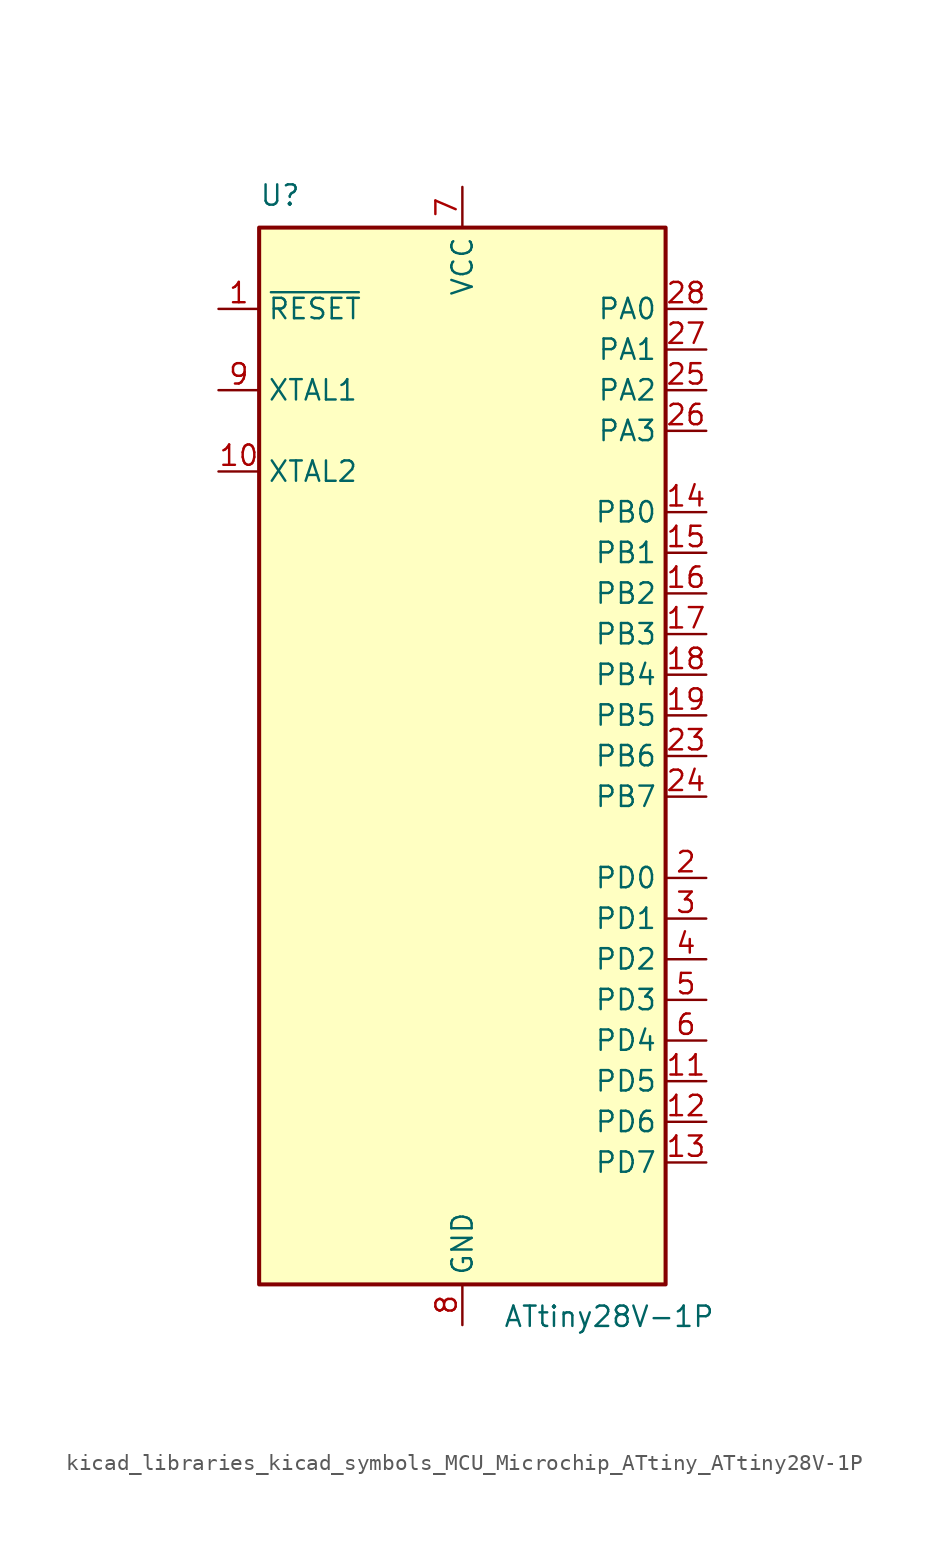
<source format=kicad_sym>
(kicad_symbol_lib
  (version 20220914)
  (generator kicad_symbol_editor)
  (symbol "kicad_libraries_kicad_symbols_MCU_Microchip_ATtiny_ATtiny28V-1P"
    (property "Reference" "U"
      (at -12.7 34.29 0)
      (effects (font (size 1.27 1.27)) (justify left bottom)))
    (property "Value" "ATtiny28V-1P"
      (at 2.54 -34.29 0)
      (effects (font (size 1.27 1.27)) (justify left top)))
    (symbol "kicad_libraries_kicad_symbols_MCU_Microchip_ATtiny_ATtiny28V-1P_0_1"
      (rectangle (start -12.7 -33.02) (end 12.7 33.02) (stroke (width 0.254) (type default)) (fill (type background))))
    (symbol "kicad_libraries_kicad_symbols_MCU_Microchip_ATtiny_ATtiny28V-1P_1_1"
      (pin input line (at -15.24 27.94 0) (length 2.54) (name "~{RESET}" (effects (font (size 1.27 1.27)))) (number "1" (effects (font (size 1.27 1.27)))))
      (pin output line (at -15.24 17.78 0) (length 2.54) (name "XTAL2" (effects (font (size 1.27 1.27)))) (number "10" (effects (font (size 1.27 1.27)))))
      (pin bidirectional line (at 15.24 -20.32 180) (length 2.54) (name "PD5" (effects (font (size 1.27 1.27)))) (number "11" (effects (font (size 1.27 1.27)))))
      (pin bidirectional line (at 15.24 -22.86 180) (length 2.54) (name "PD6" (effects (font (size 1.27 1.27)))) (number "12" (effects (font (size 1.27 1.27)))))
      (pin bidirectional line (at 15.24 -25.4 180) (length 2.54) (name "PD7" (effects (font (size 1.27 1.27)))) (number "13" (effects (font (size 1.27 1.27)))))
      (pin bidirectional line (at 15.24 15.24 180) (length 2.54) (name "PB0" (effects (font (size 1.27 1.27)))) (number "14" (effects (font (size 1.27 1.27)))))
      (pin bidirectional line (at 15.24 12.7 180) (length 2.54) (name "PB1" (effects (font (size 1.27 1.27)))) (number "15" (effects (font (size 1.27 1.27)))))
      (pin bidirectional line (at 15.24 10.16 180) (length 2.54) (name "PB2" (effects (font (size 1.27 1.27)))) (number "16" (effects (font (size 1.27 1.27)))))
      (pin bidirectional line (at 15.24 7.62 180) (length 2.54) (name "PB3" (effects (font (size 1.27 1.27)))) (number "17" (effects (font (size 1.27 1.27)))))
      (pin bidirectional line (at 15.24 5.08 180) (length 2.54) (name "PB4" (effects (font (size 1.27 1.27)))) (number "18" (effects (font (size 1.27 1.27)))))
      (pin bidirectional line (at 15.24 2.54 180) (length 2.54) (name "PB5" (effects (font (size 1.27 1.27)))) (number "19" (effects (font (size 1.27 1.27)))))
      (pin bidirectional line (at 15.24 -7.62 180) (length 2.54) (name "PD0" (effects (font (size 1.27 1.27)))) (number "2" (effects (font (size 1.27 1.27)))))
      (pin passive line (at 0 35.56 270) (length 2.54) hide (name "VCC" (effects (font (size 1.27 1.27)))) (number "20" (effects (font (size 1.27 1.27)))))
      (pin no_connect line (at -12.7 -30.48 0) (length 2.54) hide (name "NC" (effects (font (size 1.27 1.27)))) (number "21" (effects (font (size 1.27 1.27)))))
      (pin passive line (at 0 -35.56 90) (length 2.54) hide (name "GND" (effects (font (size 1.27 1.27)))) (number "22" (effects (font (size 1.27 1.27)))))
      (pin bidirectional line (at 15.24 0 180) (length 2.54) (name "PB6" (effects (font (size 1.27 1.27)))) (number "23" (effects (font (size 1.27 1.27)))))
      (pin bidirectional line (at 15.24 -2.54 180) (length 2.54) (name "PB7" (effects (font (size 1.27 1.27)))) (number "24" (effects (font (size 1.27 1.27)))))
      (pin bidirectional line (at 15.24 22.86 180) (length 2.54) (name "PA2" (effects (font (size 1.27 1.27)))) (number "25" (effects (font (size 1.27 1.27)))))
      (pin bidirectional line (at 15.24 20.32 180) (length 2.54) (name "PA3" (effects (font (size 1.27 1.27)))) (number "26" (effects (font (size 1.27 1.27)))))
      (pin bidirectional line (at 15.24 25.4 180) (length 2.54) (name "PA1" (effects (font (size 1.27 1.27)))) (number "27" (effects (font (size 1.27 1.27)))))
      (pin bidirectional line (at 15.24 27.94 180) (length 2.54) (name "PA0" (effects (font (size 1.27 1.27)))) (number "28" (effects (font (size 1.27 1.27)))))
      (pin bidirectional line (at 15.24 -10.16 180) (length 2.54) (name "PD1" (effects (font (size 1.27 1.27)))) (number "3" (effects (font (size 1.27 1.27)))))
      (pin bidirectional line (at 15.24 -12.7 180) (length 2.54) (name "PD2" (effects (font (size 1.27 1.27)))) (number "4" (effects (font (size 1.27 1.27)))))
      (pin bidirectional line (at 15.24 -15.24 180) (length 2.54) (name "PD3" (effects (font (size 1.27 1.27)))) (number "5" (effects (font (size 1.27 1.27)))))
      (pin bidirectional line (at 15.24 -17.78 180) (length 2.54) (name "PD4" (effects (font (size 1.27 1.27)))) (number "6" (effects (font (size 1.27 1.27)))))
      (pin power_in line (at 0 35.56 270) (length 2.54) (name "VCC" (effects (font (size 1.27 1.27)))) (number "7" (effects (font (size 1.27 1.27)))))
      (pin power_in line (at 0 -35.56 90) (length 2.54) (name "GND" (effects (font (size 1.27 1.27)))) (number "8" (effects (font (size 1.27 1.27)))))
      (pin input line (at -15.24 22.86 0) (length 2.54) (name "XTAL1" (effects (font (size 1.27 1.27)))) (number "9" (effects (font (size 1.27 1.27))))))))
</source>
